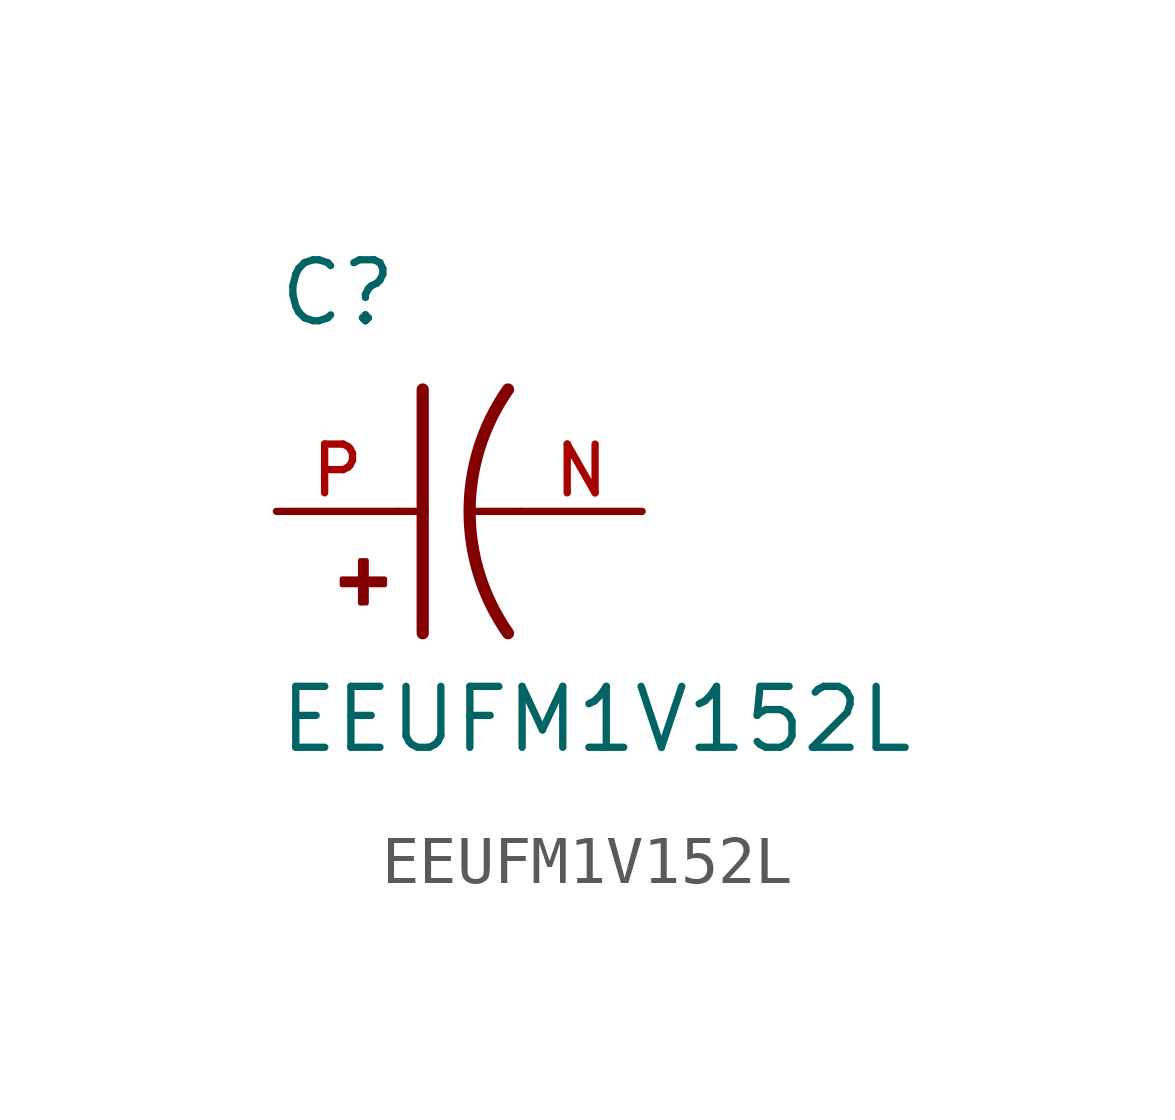
<source format=kicad_sym>
(kicad_symbol_lib
  (version 20211014)
  (generator kicad_symbol_editor)
  (symbol "EEUFM1V152L"
    (pin_names
      (offset 1.016))
    (property "Reference" "C"
      (at -2.54 3.81 0)
      (effects (font (size 1.27 1.27)) (justify bottom left)))
    (property "Value" "EEUFM1V152L"
      (at -2.54 -5.08 0)
      (effects (font (size 1.27 1.27)) (justify bottom left)))
    (symbol "EEUFM1V152L_0_0"
      (arc (start 2.286 -2.54) (mid 1.4851 -0.0) (end 2.286 2.54) (stroke (width 0.254) (type default) (color 0 0 0 0)) (fill (type none)))
      (polyline (pts (xy 0.508 2.54) (xy 0.508 0.0)) (stroke (width 0.254)))
      (rectangle (start -1.173 -1.532) (end -0.284 -1.405) (stroke (width 0.1)) (fill (type outline)))
      (rectangle (start -0.792 -1.913) (end -0.665 -1.024) (stroke (width 0.1)) (fill (type outline)))
      (polyline (pts (xy 0.508 0.0) (xy 0.508 -2.54)) (stroke (width 0.254)))
      (polyline (pts (xy 0.0 0.0) (xy 0.508 0.0)) (stroke (width 0.152)))
      (polyline (pts (xy 2.54 0.0) (xy 1.524 0.0)) (stroke (width 0.152)))
      (pin passive line (at -2.54 0.0 0) (length 2.54) (name "~" (effects (font (size 1.016 1.016)))) (number "P" (effects (font (size 1.016 1.016)))))
      (pin passive line (at 5.08 0.0 180.0) (length 2.54) (name "~" (effects (font (size 1.016 1.016)))) (number "N" (effects (font (size 1.016 1.016))))))))
</source>
